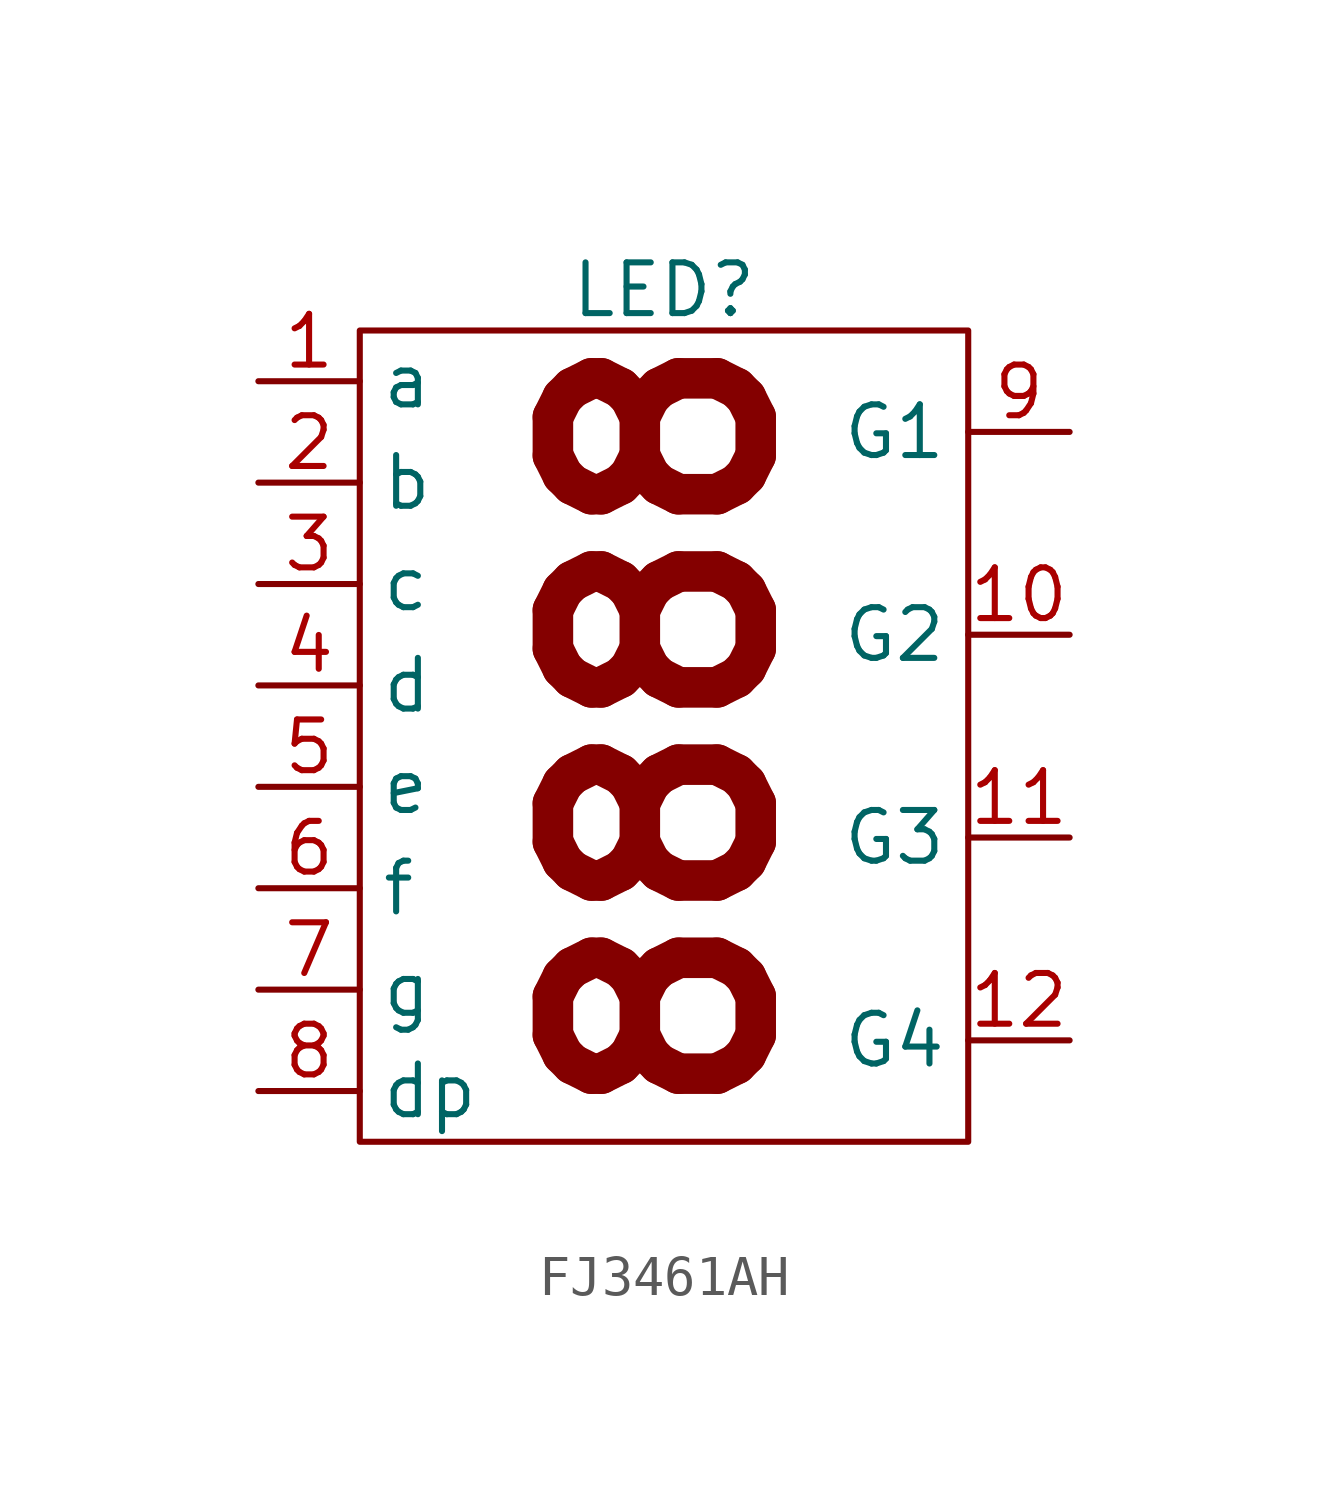
<source format=kicad_sym>
(kicad_symbol_lib
  (version 20241209)
  (generator "kicad_symbol_editor")
  (generator_version "9.0")
  (symbol "FJ3461AH"
    (property "Reference" "LED"
      (at 0 9.906 0)
      (effects (font (size 1.27 1.27))))
    (property "Value" ""
      (at 0 0 0)
      (effects (font (size 1.27 1.27))))
    (symbol "FJ3461AH_0_1"
      (rectangle (start -7.62 8.89) (end 7.62 -11.43) (stroke (width 0) (type default)) (fill (type none))))
    (symbol "FJ3461AH_1_1"
      (text "8888\n" (at 0 -1.016 900) (effects (font (size 5.08 5.08) (thickness 1.016) (bold yes))))
      (pin input line (at -10.16 7.62 0) (length 2.54) (name "a" (effects (font (size 1.27 1.27)))) (number "1" (effects (font (size 1.27 1.27)))))
      (pin input line (at -10.16 5.08 0) (length 2.54) (name "b" (effects (font (size 1.27 1.27)))) (number "2" (effects (font (size 1.27 1.27)))))
      (pin input line (at -10.16 2.54 0) (length 2.54) (name "c" (effects (font (size 1.27 1.27)))) (number "3" (effects (font (size 1.27 1.27)))))
      (pin input line (at -10.16 0 0) (length 2.54) (name "d" (effects (font (size 1.27 1.27)))) (number "4" (effects (font (size 1.27 1.27)))))
      (pin input line (at -10.16 -2.54 0) (length 2.54) (name "e" (effects (font (size 1.27 1.27)))) (number "5" (effects (font (size 1.27 1.27)))))
      (pin input line (at -10.16 -5.08 0) (length 2.54) (name "f" (effects (font (size 1.27 1.27)))) (number "6" (effects (font (size 1.27 1.27)))))
      (pin input line (at -10.16 -7.62 0) (length 2.54) (name "g" (effects (font (size 1.27 1.27)))) (number "7" (effects (font (size 1.27 1.27)))))
      (pin input line (at -10.16 -10.16 0) (length 2.54) (name "dp" (effects (font (size 1.27 1.27)))) (number "8" (effects (font (size 1.27 1.27)))))
      (pin passive line (at 10.16 6.35 180) (length 2.54) (name "G1" (effects (font (size 1.27 1.27)))) (number "9" (effects (font (size 1.27 1.27)))))
      (pin passive line (at 10.16 1.27 180) (length 2.54) (name "G2" (effects (font (size 1.27 1.27)))) (number "10" (effects (font (size 1.27 1.27)))))
      (pin passive line (at 10.16 -3.81 180) (length 2.54) (name "G3" (effects (font (size 1.27 1.27)))) (number "11" (effects (font (size 1.27 1.27)))))
      (pin passive line (at 10.16 -8.89 180) (length 2.54) (name "G4" (effects (font (size 1.27 1.27)))) (number "12" (effects (font (size 1.27 1.27))))))))
</source>
